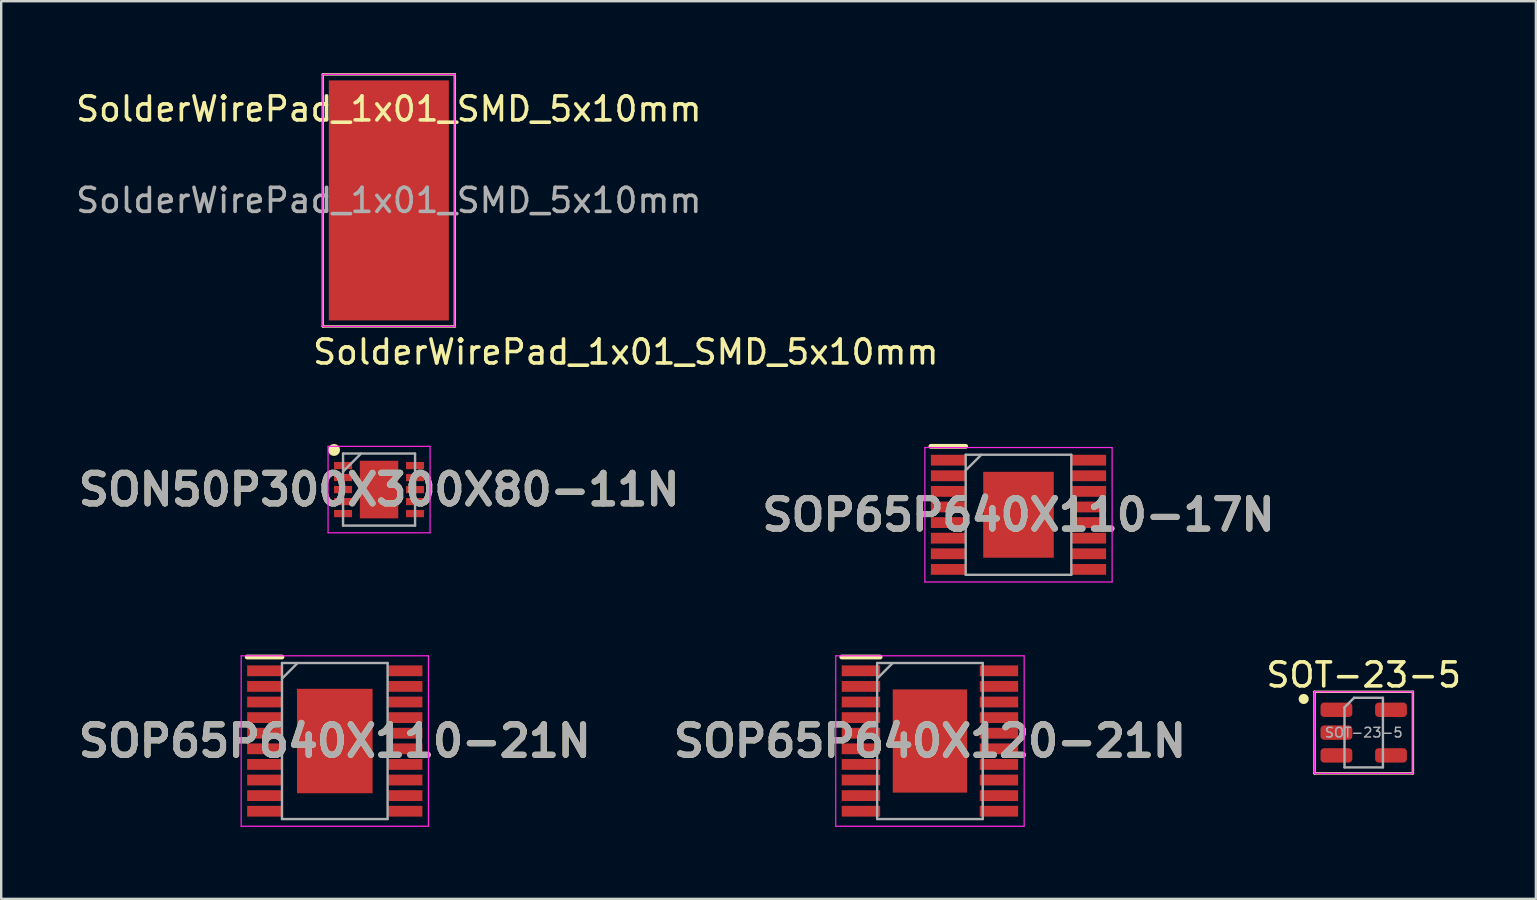
<source format=kicad_pcb>
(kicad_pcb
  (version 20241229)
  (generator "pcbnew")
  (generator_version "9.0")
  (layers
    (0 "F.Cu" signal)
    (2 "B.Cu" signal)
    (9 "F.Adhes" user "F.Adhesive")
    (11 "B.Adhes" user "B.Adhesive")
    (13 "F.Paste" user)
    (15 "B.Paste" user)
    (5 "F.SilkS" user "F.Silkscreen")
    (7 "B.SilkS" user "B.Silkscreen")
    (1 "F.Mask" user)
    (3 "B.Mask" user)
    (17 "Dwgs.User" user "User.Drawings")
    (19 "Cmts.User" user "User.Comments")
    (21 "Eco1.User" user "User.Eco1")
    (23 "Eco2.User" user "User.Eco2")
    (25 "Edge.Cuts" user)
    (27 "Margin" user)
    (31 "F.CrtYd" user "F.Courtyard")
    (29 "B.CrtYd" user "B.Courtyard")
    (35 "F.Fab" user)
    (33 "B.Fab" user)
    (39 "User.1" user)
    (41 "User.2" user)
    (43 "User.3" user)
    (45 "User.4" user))
  (footprint "SolderWirePad_1x01_SMD_5x10mm"
    (layer "F.Cu")
    (at 13.149 5.3)
    (property "Reference" "SolderWirePad_1x01_SMD_5x10mm" (at 0 -3.81 0) (layer "F.SilkS") (effects (font (size 1 1) (thickness 0.15))))
    (property "Value" "SolderWirePad_1x01_SMD_5x10mm" (at 0 6.35 0) (layer "F.Fab") (hide yes) (effects (font (size 1 1) (thickness 0.15))))
    (attr smd exclude_from_pos_files exclude_from_bom)
    (fp_line (start -2.75 -5.25) (end -2.75 5.25) (stroke (width 0.1) (type solid)) (layer "F.SilkS"))
    (fp_line (start 2.75 -5.25) (end -2.75 -5.25) (stroke (width 0.1) (type solid)) (layer "F.SilkS"))
    (fp_line (start 2.75 -5.25) (end 2.75 5.25) (stroke (width 0.1) (type solid)) (layer "F.SilkS"))
    (fp_line (start 2.75 5.25) (end -2.75 5.25) (stroke (width 0.1) (type solid)) (layer "F.SilkS"))
    (fp_line (start -2.75 -5.25) (end -2.75 5.25) (stroke (width 0.05) (type solid)) (layer "F.CrtYd"))
    (fp_line (start -2.75 5.25) (end 2.75 5.25) (stroke (width 0.05) (type solid)) (layer "F.CrtYd"))
    (fp_line (start 2.75 -5.25) (end -2.75 -5.25) (stroke (width 0.05) (type solid)) (layer "F.CrtYd"))
    (fp_line (start 2.75 5.25) (end 2.75 -5.25) (stroke (width 0.05) (type solid)) (layer "F.CrtYd"))
    (fp_text user "${VALUE}" (at -3.25 6.9 0) (unlocked yes) (layer "F.SilkS") (effects (font (size 1 1) (thickness 0.15)) (justify left bottom)))
    (fp_text user "${REFERENCE}" (at 0 0 0) (layer "F.Fab") (effects (font (size 1 1) (thickness 0.15))))
    (pad "1" smd rect (at 0 0) (size 5 10) (layers "F.Cu" "F.Mask" "F.Paste")))
  (footprint "SON50P300X300X80-11N"
    (layer "F.Cu")
    (at 12.742 17.346)
    (property "Reference" "SON50P300X300X80-11N" (at 0 0 0) (layer "F.SilkS") (effects (font (size 1.27 1.27) (thickness 0.254))))
    (attr smd)
    (fp_circle (center -1.875 -1.65) (end -1.875 -1.525) (stroke (width 0.25) (type solid)) (fill no) (layer "F.SilkS"))
    (fp_line (start -2.125 -1.8) (end 2.125 -1.8) (stroke (width 0.05) (type solid)) (layer "F.CrtYd"))
    (fp_line (start -2.125 1.8) (end -2.125 -1.8) (stroke (width 0.05) (type solid)) (layer "F.CrtYd"))
    (fp_line (start 2.125 -1.8) (end 2.125 1.8) (stroke (width 0.05) (type solid)) (layer "F.CrtYd"))
    (fp_line (start 2.125 1.8) (end -2.125 1.8) (stroke (width 0.05) (type solid)) (layer "F.CrtYd"))
    (fp_line (start -1.5 -1.5) (end 1.5 -1.5) (stroke (width 0.1) (type solid)) (layer "F.Fab"))
    (fp_line (start -1.5 -0.75) (end -0.75 -1.5) (stroke (width 0.1) (type solid)) (layer "F.Fab"))
    (fp_line (start -1.5 1.5) (end -1.5 -1.5) (stroke (width 0.1) (type solid)) (layer "F.Fab"))
    (fp_line (start 1.5 -1.5) (end 1.5 1.5) (stroke (width 0.1) (type solid)) (layer "F.Fab"))
    (fp_line (start 1.5 1.5) (end -1.5 1.5) (stroke (width 0.1) (type solid)) (layer "F.Fab"))
    (fp_text user "${REFERENCE}" (at 0 0 0) (layer "F.Fab") (effects (font (size 1.27 1.27) (thickness 0.254))))
    (pad "1" smd rect (at -1.5 -1 90) (size 0.3 0.75) (layers "F.Cu" "F.Mask" "F.Paste"))
    (pad "2" smd rect (at -1.5 -0.5 90) (size 0.3 0.75) (layers "F.Cu" "F.Mask" "F.Paste"))
    (pad "3" smd rect (at -1.5 0 90) (size 0.3 0.75) (layers "F.Cu" "F.Mask" "F.Paste"))
    (pad "4" smd rect (at -1.5 0.5 90) (size 0.3 0.75) (layers "F.Cu" "F.Mask" "F.Paste"))
    (pad "5" smd rect (at -1.5 1 90) (size 0.3 0.75) (layers "F.Cu" "F.Mask" "F.Paste"))
    (pad "6" smd rect (at 1.5 1 90) (size 0.3 0.75) (layers "F.Cu" "F.Mask" "F.Paste"))
    (pad "7" smd rect (at 1.5 0.5 90) (size 0.3 0.75) (layers "F.Cu" "F.Mask" "F.Paste"))
    (pad "8" smd rect (at 1.5 0 90) (size 0.3 0.75) (layers "F.Cu" "F.Mask" "F.Paste"))
    (pad "9" smd rect (at 1.5 -0.5 90) (size 0.3 0.75) (layers "F.Cu" "F.Mask" "F.Paste"))
    (pad "10" smd rect (at 1.5 -1 90) (size 0.3 0.75) (layers "F.Cu" "F.Mask" "F.Paste"))
    (pad "11" smd rect (at 0 0) (size 1.6 2.4) (layers "F.Cu" "F.Mask" "F.Paste")))
  (footprint "SOP65P640X110-21N"
    (layer "F.Cu")
    (at 10.898 27.822)
    (property "Reference" "SOP65P640X110-21N" (at 0 0 0) (layer "F.SilkS") (effects (font (size 1.27 1.27) (thickness 0.254))))
    (attr smd)
    (fp_line (start -3.65 -3.5) (end -2.2 -3.5) (stroke (width 0.2) (type solid)) (layer "F.SilkS"))
    (fp_line (start -3.9 -3.55) (end 3.9 -3.55) (stroke (width 0.05) (type solid)) (layer "F.CrtYd"))
    (fp_line (start -3.9 3.55) (end -3.9 -3.55) (stroke (width 0.05) (type solid)) (layer "F.CrtYd"))
    (fp_line (start 3.9 -3.55) (end 3.9 3.55) (stroke (width 0.05) (type solid)) (layer "F.CrtYd"))
    (fp_line (start 3.9 3.55) (end -3.9 3.55) (stroke (width 0.05) (type solid)) (layer "F.CrtYd"))
    (fp_line (start -2.2 -3.25) (end 2.2 -3.25) (stroke (width 0.1) (type solid)) (layer "F.Fab"))
    (fp_line (start -2.2 -2.6) (end -1.55 -3.25) (stroke (width 0.1) (type solid)) (layer "F.Fab"))
    (fp_line (start -2.2 3.25) (end -2.2 -3.25) (stroke (width 0.1) (type solid)) (layer "F.Fab"))
    (fp_line (start 2.2 -3.25) (end 2.2 3.25) (stroke (width 0.1) (type solid)) (layer "F.Fab"))
    (fp_line (start 2.2 3.25) (end -2.2 3.25) (stroke (width 0.1) (type solid)) (layer "F.Fab"))
    (fp_text user "${REFERENCE}" (at 0 0 0) (layer "F.Fab") (effects (font (size 1.27 1.27) (thickness 0.254))))
    (pad "1" smd rect (at -2.925 -2.925 90) (size 0.45 1.45) (layers "F.Cu" "F.Mask" "F.Paste"))
    (pad "2" smd rect (at -2.925 -2.275 90) (size 0.45 1.45) (layers "F.Cu" "F.Mask" "F.Paste"))
    (pad "3" smd rect (at -2.925 -1.625 90) (size 0.45 1.45) (layers "F.Cu" "F.Mask" "F.Paste"))
    (pad "4" smd rect (at -2.925 -0.975 90) (size 0.45 1.45) (layers "F.Cu" "F.Mask" "F.Paste"))
    (pad "5" smd rect (at -2.925 -0.325 90) (size 0.45 1.45) (layers "F.Cu" "F.Mask" "F.Paste"))
    (pad "6" smd rect (at -2.925 0.325 90) (size 0.45 1.45) (layers "F.Cu" "F.Mask" "F.Paste"))
    (pad "7" smd rect (at -2.925 0.975 90) (size 0.45 1.45) (layers "F.Cu" "F.Mask" "F.Paste"))
    (pad "8" smd rect (at -2.925 1.625 90) (size 0.45 1.45) (layers "F.Cu" "F.Mask" "F.Paste"))
    (pad "9" smd rect (at -2.925 2.275 90) (size 0.45 1.45) (layers "F.Cu" "F.Mask" "F.Paste"))
    (pad "10" smd rect (at -2.925 2.925 90) (size 0.45 1.45) (layers "F.Cu" "F.Mask" "F.Paste"))
    (pad "11" smd rect (at 2.925 2.925 90) (size 0.45 1.45) (layers "F.Cu" "F.Mask" "F.Paste"))
    (pad "12" smd rect (at 2.925 2.275 90) (size 0.45 1.45) (layers "F.Cu" "F.Mask" "F.Paste"))
    (pad "13" smd rect (at 2.925 1.625 90) (size 0.45 1.45) (layers "F.Cu" "F.Mask" "F.Paste"))
    (pad "14" smd rect (at 2.925 0.975 90) (size 0.45 1.45) (layers "F.Cu" "F.Mask" "F.Paste"))
    (pad "15" smd rect (at 2.925 0.325 90) (size 0.45 1.45) (layers "F.Cu" "F.Mask" "F.Paste"))
    (pad "16" smd rect (at 2.925 -0.325 90) (size 0.45 1.45) (layers "F.Cu" "F.Mask" "F.Paste"))
    (pad "17" smd rect (at 2.925 -0.975 90) (size 0.45 1.45) (layers "F.Cu" "F.Mask" "F.Paste"))
    (pad "18" smd rect (at 2.925 -1.625 90) (size 0.45 1.45) (layers "F.Cu" "F.Mask" "F.Paste"))
    (pad "19" smd rect (at 2.925 -2.275 90) (size 0.45 1.45) (layers "F.Cu" "F.Mask" "F.Paste"))
    (pad "20" smd rect (at 2.925 -2.925 90) (size 0.45 1.45) (layers "F.Cu" "F.Mask" "F.Paste"))
    (pad "21" smd rect (at 0 0) (size 3.15 4.35) (layers "F.Cu" "F.Mask" "F.Paste")))
  (footprint "SOT-23-5"
    (layer "F.Cu")
    (at 53.764 27.47)
    (property "Reference" "SOT-23-5" (at 0 -2.4 0) (layer "F.SilkS") (effects (font (size 1 1) (thickness 0.15))))
    (attr smd)
    (fp_line (start -2.05 -1.7) (end -2.05 1.7) (stroke (width 0.1) (type solid)) (layer "F.SilkS"))
    (fp_line (start 2.05 -1.7) (end -2.05 -1.7) (stroke (width 0.1) (type solid)) (layer "F.SilkS"))
    (fp_line (start 2.05 1.7) (end -2.05 1.7) (stroke (width 0.1) (type solid)) (layer "F.SilkS"))
    (fp_line (start 2.05 1.7) (end 2.05 -1.7) (stroke (width 0.1) (type solid)) (layer "F.SilkS"))
    (fp_circle (center -2.5 -1.4) (end -2.35 -1.4) (stroke (width 0.12) (type solid)) (fill yes) (layer "F.SilkS"))
    (fp_line (start -2.05 -1.7) (end -2.05 1.7) (stroke (width 0.05) (type solid)) (layer "F.CrtYd"))
    (fp_line (start -2.05 1.7) (end 2.05 1.7) (stroke (width 0.05) (type solid)) (layer "F.CrtYd"))
    (fp_line (start 2.05 -1.7) (end -2.05 -1.7) (stroke (width 0.05) (type solid)) (layer "F.CrtYd"))
    (fp_line (start 2.05 1.7) (end 2.05 -1.7) (stroke (width 0.05) (type solid)) (layer "F.CrtYd"))
    (fp_line (start -0.8 -1.05) (end -0.4 -1.45) (stroke (width 0.1) (type solid)) (layer "F.Fab"))
    (fp_line (start -0.8 1.45) (end -0.8 -1.05) (stroke (width 0.1) (type solid)) (layer "F.Fab"))
    (fp_line (start -0.4 -1.45) (end 0.8 -1.45) (stroke (width 0.1) (type solid)) (layer "F.Fab"))
    (fp_line (start 0.8 -1.45) (end 0.8 1.45) (stroke (width 0.1) (type solid)) (layer "F.Fab"))
    (fp_line (start 0.8 1.45) (end -0.8 1.45) (stroke (width 0.1) (type solid)) (layer "F.Fab"))
    (fp_text user "${REFERENCE}" (at 0 0 0) (layer "F.Fab") (effects (font (size 0.4 0.4) (thickness 0.06))))
    (pad "1" smd roundrect (at -1.137 -0.95) (size 1.325 0.6) (layers "F.Cu" "F.Mask" "F.Paste") (roundrect_rratio 0.25))
    (pad "2" smd roundrect (at -1.137 0) (size 1.325 0.6) (layers "F.Cu" "F.Mask" "F.Paste") (roundrect_rratio 0.25))
    (pad "3" smd roundrect (at -1.137 0.95) (size 1.325 0.6) (layers "F.Cu" "F.Mask" "F.Paste") (roundrect_rratio 0.25))
    (pad "4" smd roundrect (at 1.137 0.95) (size 1.325 0.6) (layers "F.Cu" "F.Mask" "F.Paste") (roundrect_rratio 0.25))
    (pad "5" smd roundrect (at 1.137 -0.95) (size 1.325 0.6) (layers "F.Cu" "F.Mask" "F.Paste") (roundrect_rratio 0.25)))
  (footprint "SOP65P640X110-17N"
    (layer "F.Cu")
    (at 39.382 18.396)
    (property "Reference" "SOP65P640X110-17N" (at 0 0 0) (layer "F.SilkS") (effects (font (size 1.27 1.27) (thickness 0.254))))
    (attr smd)
    (fp_line (start -3.65 -2.85) (end -2.2 -2.85) (stroke (width 0.2) (type solid)) (layer "F.SilkS"))
    (fp_line (start -3.9 -2.8) (end 3.9 -2.8) (stroke (width 0.05) (type solid)) (layer "F.CrtYd"))
    (fp_line (start -3.9 2.8) (end -3.9 -2.8) (stroke (width 0.05) (type solid)) (layer "F.CrtYd"))
    (fp_line (start 3.9 -2.8) (end 3.9 2.8) (stroke (width 0.05) (type solid)) (layer "F.CrtYd"))
    (fp_line (start 3.9 2.8) (end -3.9 2.8) (stroke (width 0.05) (type solid)) (layer "F.CrtYd"))
    (fp_line (start -2.2 -2.5) (end 2.2 -2.5) (stroke (width 0.1) (type solid)) (layer "F.Fab"))
    (fp_line (start -2.2 -1.85) (end -1.55 -2.5) (stroke (width 0.1) (type solid)) (layer "F.Fab"))
    (fp_line (start -2.2 2.5) (end -2.2 -2.5) (stroke (width 0.1) (type solid)) (layer "F.Fab"))
    (fp_line (start 2.2 -2.5) (end 2.2 2.5) (stroke (width 0.1) (type solid)) (layer "F.Fab"))
    (fp_line (start 2.2 2.5) (end -2.2 2.5) (stroke (width 0.1) (type solid)) (layer "F.Fab"))
    (fp_text user "${REFERENCE}" (at 0 0 0) (layer "F.Fab") (effects (font (size 1.27 1.27) (thickness 0.254))))
    (pad "1" smd rect (at -2.925 -2.275 90) (size 0.45 1.45) (layers "F.Cu" "F.Mask" "F.Paste"))
    (pad "2" smd rect (at -2.925 -1.625 90) (size 0.45 1.45) (layers "F.Cu" "F.Mask" "F.Paste"))
    (pad "3" smd rect (at -2.925 -0.975 90) (size 0.45 1.45) (layers "F.Cu" "F.Mask" "F.Paste"))
    (pad "4" smd rect (at -2.925 -0.325 90) (size 0.45 1.45) (layers "F.Cu" "F.Mask" "F.Paste"))
    (pad "5" smd rect (at -2.925 0.325 90) (size 0.45 1.45) (layers "F.Cu" "F.Mask" "F.Paste"))
    (pad "6" smd rect (at -2.925 0.975 90) (size 0.45 1.45) (layers "F.Cu" "F.Mask" "F.Paste"))
    (pad "7" smd rect (at -2.925 1.625 90) (size 0.45 1.45) (layers "F.Cu" "F.Mask" "F.Paste"))
    (pad "8" smd rect (at -2.925 2.275 90) (size 0.45 1.45) (layers "F.Cu" "F.Mask" "F.Paste"))
    (pad "9" smd rect (at 2.925 2.275 90) (size 0.45 1.45) (layers "F.Cu" "F.Mask" "F.Paste"))
    (pad "10" smd rect (at 2.925 1.625 90) (size 0.45 1.45) (layers "F.Cu" "F.Mask" "F.Paste"))
    (pad "11" smd rect (at 2.925 0.975 90) (size 0.45 1.45) (layers "F.Cu" "F.Mask" "F.Paste"))
    (pad "12" smd rect (at 2.925 0.325 90) (size 0.45 1.45) (layers "F.Cu" "F.Mask" "F.Paste"))
    (pad "13" smd rect (at 2.925 -0.325 90) (size 0.45 1.45) (layers "F.Cu" "F.Mask" "F.Paste"))
    (pad "14" smd rect (at 2.925 -0.975 90) (size 0.45 1.45) (layers "F.Cu" "F.Mask" "F.Paste"))
    (pad "15" smd rect (at 2.925 -1.625 90) (size 0.45 1.45) (layers "F.Cu" "F.Mask" "F.Paste"))
    (pad "16" smd rect (at 2.925 -2.275 90) (size 0.45 1.45) (layers "F.Cu" "F.Mask" "F.Paste"))
    (pad "17" smd rect (at 0 0) (size 2.94 3.58) (layers "F.Cu" "F.Mask" "F.Paste")))
  (footprint "SOP65P640X120-21N"
    (layer "F.Cu")
    (at 35.693 27.822)
    (property "Reference" "SOP65P640X120-21N" (at 0 0 0) (layer "F.SilkS") (effects (font (size 1.27 1.27) (thickness 0.254))))
    (attr smd)
    (fp_line (start -3.675 -3.5) (end -2.075 -3.5) (stroke (width 0.2) (type solid)) (layer "F.SilkS"))
    (fp_line (start -3.925 -3.55) (end 3.925 -3.55) (stroke (width 0.05) (type solid)) (layer "F.CrtYd"))
    (fp_line (start -3.925 3.55) (end -3.925 -3.55) (stroke (width 0.05) (type solid)) (layer "F.CrtYd"))
    (fp_line (start 3.925 -3.55) (end 3.925 3.55) (stroke (width 0.05) (type solid)) (layer "F.CrtYd"))
    (fp_line (start 3.925 3.55) (end -3.925 3.55) (stroke (width 0.05) (type solid)) (layer "F.CrtYd"))
    (fp_line (start -2.2 -3.25) (end 2.2 -3.25) (stroke (width 0.1) (type solid)) (layer "F.Fab"))
    (fp_line (start -2.2 -2.6) (end -1.55 -3.25) (stroke (width 0.1) (type solid)) (layer "F.Fab"))
    (fp_line (start -2.2 3.25) (end -2.2 -3.25) (stroke (width 0.1) (type solid)) (layer "F.Fab"))
    (fp_line (start 2.2 -3.25) (end 2.2 3.25) (stroke (width 0.1) (type solid)) (layer "F.Fab"))
    (fp_line (start 2.2 3.25) (end -2.2 3.25) (stroke (width 0.1) (type solid)) (layer "F.Fab"))
    (fp_text user "${REFERENCE}" (at 0 0 0) (layer "F.Fab") (effects (font (size 1.27 1.27) (thickness 0.254))))
    (pad "1" smd rect (at -2.875 -2.925 90) (size 0.45 1.6) (layers "F.Cu" "F.Mask" "F.Paste"))
    (pad "2" smd rect (at -2.875 -2.275 90) (size 0.45 1.6) (layers "F.Cu" "F.Mask" "F.Paste"))
    (pad "3" smd rect (at -2.875 -1.625 90) (size 0.45 1.6) (layers "F.Cu" "F.Mask" "F.Paste"))
    (pad "4" smd rect (at -2.875 -0.975 90) (size 0.45 1.6) (layers "F.Cu" "F.Mask" "F.Paste"))
    (pad "5" smd rect (at -2.875 -0.325 90) (size 0.45 1.6) (layers "F.Cu" "F.Mask" "F.Paste"))
    (pad "6" smd rect (at -2.875 0.325 90) (size 0.45 1.6) (layers "F.Cu" "F.Mask" "F.Paste"))
    (pad "7" smd rect (at -2.875 0.975 90) (size 0.45 1.6) (layers "F.Cu" "F.Mask" "F.Paste"))
    (pad "8" smd rect (at -2.875 1.625 90) (size 0.45 1.6) (layers "F.Cu" "F.Mask" "F.Paste"))
    (pad "9" smd rect (at -2.875 2.275 90) (size 0.45 1.6) (layers "F.Cu" "F.Mask" "F.Paste"))
    (pad "10" smd rect (at -2.875 2.925 90) (size 0.45 1.6) (layers "F.Cu" "F.Mask" "F.Paste"))
    (pad "11" smd rect (at 2.875 2.925 90) (size 0.45 1.6) (layers "F.Cu" "F.Mask" "F.Paste"))
    (pad "12" smd rect (at 2.875 2.275 90) (size 0.45 1.6) (layers "F.Cu" "F.Mask" "F.Paste"))
    (pad "13" smd rect (at 2.875 1.625 90) (size 0.45 1.6) (layers "F.Cu" "F.Mask" "F.Paste"))
    (pad "14" smd rect (at 2.875 0.975 90) (size 0.45 1.6) (layers "F.Cu" "F.Mask" "F.Paste"))
    (pad "15" smd rect (at 2.875 0.325 90) (size 0.45 1.6) (layers "F.Cu" "F.Mask" "F.Paste"))
    (pad "16" smd rect (at 2.875 -0.325 90) (size 0.45 1.6) (layers "F.Cu" "F.Mask" "F.Paste"))
    (pad "17" smd rect (at 2.875 -0.975 90) (size 0.45 1.6) (layers "F.Cu" "F.Mask" "F.Paste"))
    (pad "18" smd rect (at 2.875 -1.625 90) (size 0.45 1.6) (layers "F.Cu" "F.Mask" "F.Paste"))
    (pad "19" smd rect (at 2.875 -2.275 90) (size 0.45 1.6) (layers "F.Cu" "F.Mask" "F.Paste"))
    (pad "20" smd rect (at 2.875 -2.925 90) (size 0.45 1.6) (layers "F.Cu" "F.Mask" "F.Paste"))
    (pad "21" smd rect (at 0 0) (size 3.1 4.3) (layers "F.Cu" "F.Mask" "F.Paste")))
  (gr_rect
    (start -3 -3)
    (end 60.936 34.397)
    (stroke (width 0.1) (type default))
    (fill no)
    (layer "Edge.Cuts")))
</source>
